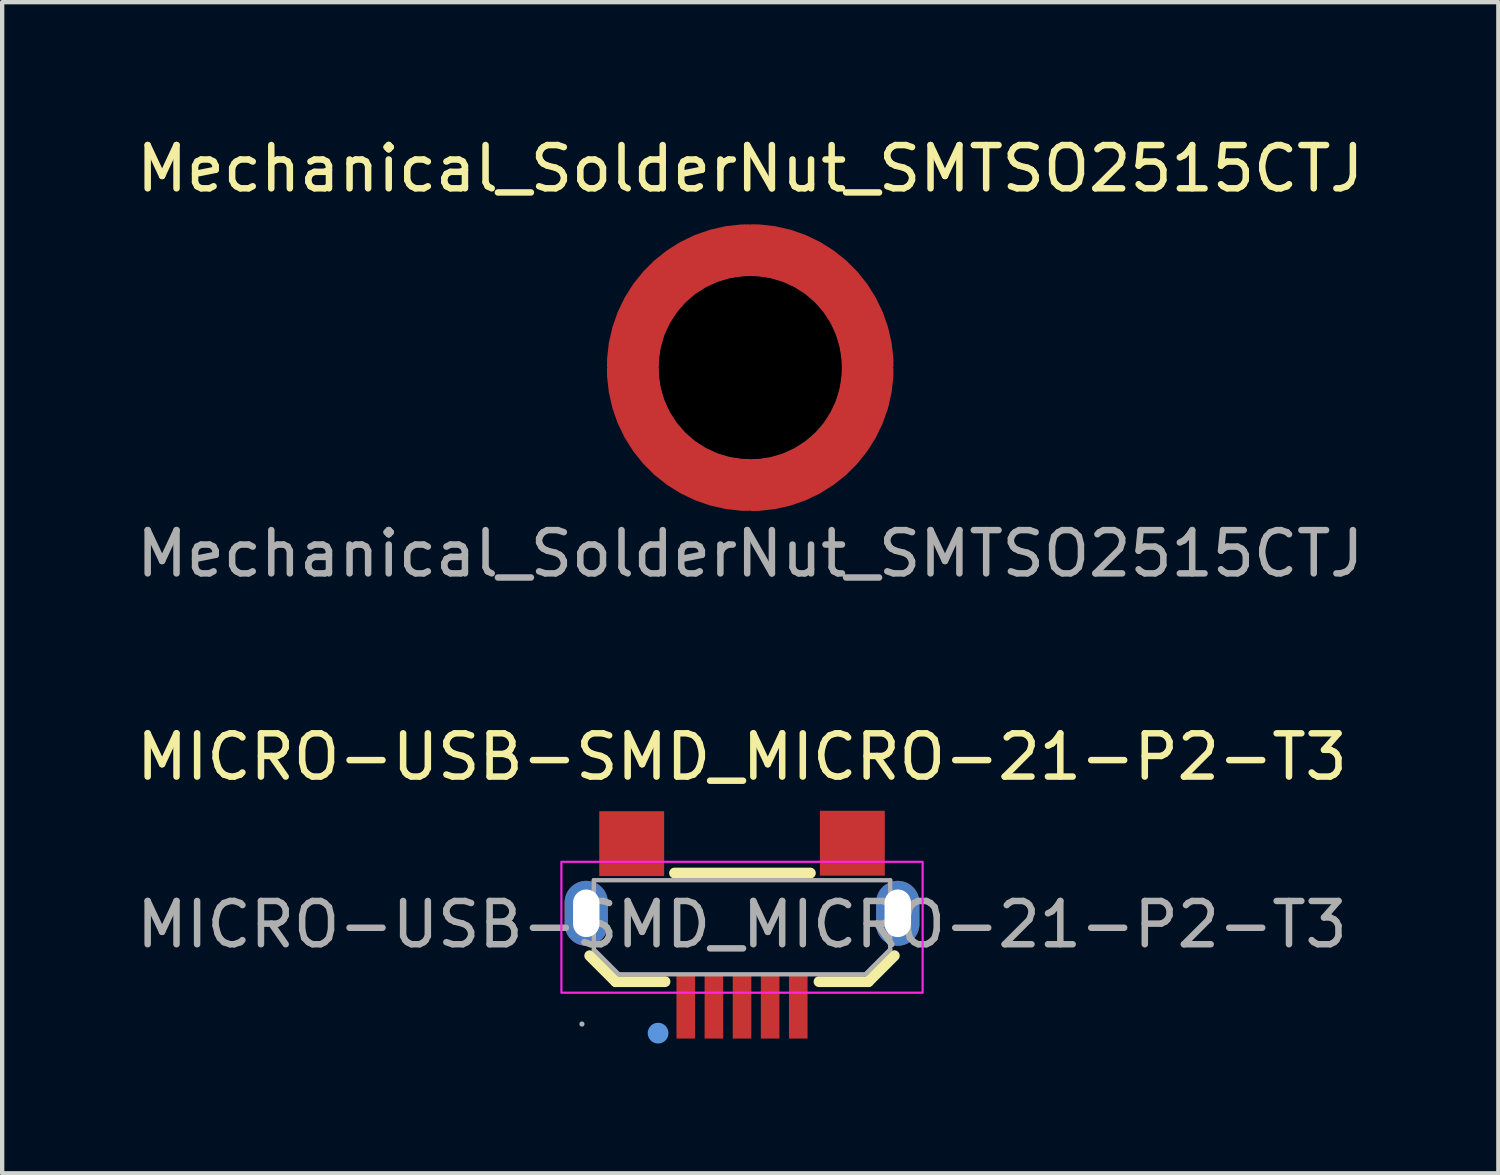
<source format=kicad_pcb>
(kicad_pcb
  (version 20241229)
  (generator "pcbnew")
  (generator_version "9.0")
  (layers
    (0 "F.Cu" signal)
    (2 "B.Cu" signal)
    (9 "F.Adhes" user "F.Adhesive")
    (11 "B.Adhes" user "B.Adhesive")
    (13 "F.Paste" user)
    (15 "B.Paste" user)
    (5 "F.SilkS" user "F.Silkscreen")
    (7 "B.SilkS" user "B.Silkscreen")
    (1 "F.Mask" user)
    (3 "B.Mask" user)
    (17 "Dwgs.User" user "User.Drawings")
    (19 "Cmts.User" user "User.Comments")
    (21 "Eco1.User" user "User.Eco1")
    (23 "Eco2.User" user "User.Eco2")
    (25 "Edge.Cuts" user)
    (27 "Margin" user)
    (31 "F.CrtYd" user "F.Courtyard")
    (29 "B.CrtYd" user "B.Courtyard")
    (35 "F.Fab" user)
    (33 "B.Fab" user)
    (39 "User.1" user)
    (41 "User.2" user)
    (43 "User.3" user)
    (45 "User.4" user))
  (footprint "MICRO-USB-SMD_MICRO-21-P2-T3"
    (layer "F.Cu")
    (at 14.101 18.32)
    (property "Reference" "MICRO-USB-SMD_MICRO-21-P2-T3" (at 0 -3.875 0) (layer "F.SilkS") (effects (font (size 1 1) (thickness 0.15))))
    (attr through_hole)
    (fp_line (start -3.52 0.72) (end -2.92 1.32) (stroke (width 0.25) (type solid)) (layer "F.SilkS"))
    (fp_line (start -2.92 1.32) (end -1.78 1.32) (stroke (width 0.25) (type solid)) (layer "F.SilkS"))
    (fp_line (start -1.56 -1.19) (end 1.58 -1.19) (stroke (width 0.25) (type solid)) (layer "F.SilkS"))
    (fp_line (start 1.78 1.32) (end 2.92 1.32) (stroke (width 0.25) (type solid)) (layer "F.SilkS"))
    (fp_line (start 2.92 1.32) (end 3.52 0.72) (stroke (width 0.25) (type solid)) (layer "F.SilkS"))
    (fp_circle (center -1.94 2.51) (end -1.82 2.51) (stroke (width 0.24) (type solid)) (fill no) (layer "Cmts.User"))
    (fp_rect (start -4.175 -1.45) (end 4.175 1.575) (stroke (width 0.05) (type default)) (fill no) (layer "F.CrtYd"))
    (fp_line (start -3.425 -1.025) (end -3.425 0.575) (stroke (width 0.1) (type default)) (layer "F.Fab"))
    (fp_line (start -3.425 -1.025) (end 3.425 -1.025) (stroke (width 0.1) (type default)) (layer "F.Fab"))
    (fp_line (start -3.425 0.575) (end -2.85 1.15) (stroke (width 0.1) (type default)) (layer "F.Fab"))
    (fp_line (start 2.85 1.15) (end -2.85 1.15) (stroke (width 0.1) (type default)) (layer "F.Fab"))
    (fp_line (start 3.425 -1.025) (end 3.425 0.575) (stroke (width 0.1) (type default)) (layer "F.Fab"))
    (fp_line (start 3.425 0.575) (end 2.85 1.15) (stroke (width 0.1) (type default)) (layer "F.Fab"))
    (fp_circle (center -3.7 2.3) (end -3.67 2.3) (stroke (width 0.06) (type solid)) (fill no) (layer "F.Fab"))
    (fp_text user "${REFERENCE}" (at 0 0 0) (layer "F.Fab") (effects (font (size 1 1) (thickness 0.15))))
    (pad "1" smd rect (at -1.3 1.88) (size 0.43 1.51) (layers "F.Cu" "F.Mask" "F.Paste"))
    (pad "2" smd rect (at -0.65 1.88) (size 0.43 1.51) (layers "F.Cu" "F.Mask" "F.Paste"))
    (pad "3" smd rect (at 0 1.88) (size 0.43 1.51) (layers "F.Cu" "F.Mask" "F.Paste"))
    (pad "4" smd rect (at 0.65 1.88) (size 0.43 1.51) (layers "F.Cu" "F.Mask" "F.Paste"))
    (pad "5" smd rect (at 1.3 1.88) (size 0.43 1.51) (layers "F.Cu" "F.Mask" "F.Paste"))
    (pad "6" thru_hole oval (at -3.6 -0.26) (size 1 1.5) (drill oval 0.61 1.1) (layers "*.Cu" "*.Mask"))
    (pad "6" smd rect (at -2.55 -1.87) (size 1.5 1.5) (layers "F.Cu" "F.Mask" "F.Paste"))
    (pad "6" smd rect (at 2.55 -1.88) (size 1.5 1.5) (layers "F.Cu" "F.Mask" "F.Paste"))
    (pad "6" thru_hole oval (at 3.6 -0.26) (size 1 1.5) (drill oval 0.61 1.1) (layers "*.Cu" "*.Mask")))
  (footprint "Mechanical_SolderNut_SMTSO2515CTJ"
    (layer "F.Cu")
    (at 14.292 5.448)
    (property "Reference" "Mechanical_SolderNut_SMTSO2515CTJ" (at 0 -4.6 0) (unlocked yes) (layer "F.SilkS") (effects (font (size 1 1) (thickness 0.15))))
    (attr through_hole)
    (fp_text user "${REFERENCE}" (at 0 4.3 0) (unlocked yes) (layer "F.Fab") (effects (font (size 1 1) (thickness 0.15))))
    (pad "" np_thru_hole circle (at 0 0) (size 4.25 4.25) (drill 4.22) (layers "*.Mask"))
    (pad "1" smd custom (at -2.7 -0.025) (size 1 1) (layers "F.Cu" "F.Mask") (options (anchor circle)) (primitives (gr_poly (pts (xy 2.674 3.297) (xy 2.492 3.295) (xy 2.13 3.254) (xy 1.774 3.173) (xy 1.43 3.052) (xy 1.101 2.894) (xy 0.792 2.7) (xy 0.507 2.473) (xy 0.249 2.215) (xy 0.022 1.93) (xy -0.172 1.621) (xy -0.331 1.292) (xy -0.451 0.948) (xy -0.532 0.592) (xy -0.573 0.23) (xy -0.576 0.047) (xy 0.549 0.047) (xy 0.552 0.199) (xy 0.595 0.5) (xy 0.681 0.791) (xy 0.807 1.067) (xy 0.971 1.322) (xy 1.17 1.552) (xy 1.399 1.751) (xy 1.655 1.915) (xy 1.931 2.041) (xy 2.222 2.126) (xy 2.523 2.17) (xy 2.674 2.172)) (width 0.075) (fill yes)) (gr_poly (pts (xy 5.972 0.051) (xy 5.97 0.233) (xy 5.929 0.595) (xy 5.848 0.951) (xy 5.727 1.295) (xy 5.569 1.624) (xy 5.375 1.933) (xy 5.148 2.218) (xy 4.89 2.476) (xy 4.605 2.703) (xy 4.296 2.897) (xy 3.967 3.056) (xy 3.623 3.176) (xy 3.267 3.257) (xy 2.905 3.298) (xy 2.722 3.301) (xy 2.722 2.176) (xy 2.874 2.173) (xy 3.175 2.13) (xy 3.466 2.044) (xy 3.742 1.918) (xy 3.998 1.754) (xy 4.227 1.555) (xy 4.426 1.326) (xy 4.59 1.07) (xy 4.716 0.794) (xy 4.802 0.503) (xy 4.845 0.202) (xy 4.847 0.051)) (width 0.075) (fill yes)) (gr_poly (pts (xy -0.575 0) (xy -0.572 -0.182) (xy -0.532 -0.545) (xy -0.45 -0.9) (xy -0.33 -1.245) (xy -0.172 -1.573) (xy 0.022 -1.882) (xy 0.25 -2.167) (xy 0.508 -2.425) (xy 0.793 -2.653) (xy 1.102 -2.847) (xy 1.43 -3.005) (xy 1.775 -3.125) (xy 2.13 -3.207) (xy 2.493 -3.247) (xy 2.675 -3.25) (xy 2.675 -2.125) (xy 2.523 -2.122) (xy 2.223 -2.079) (xy 1.931 -1.994) (xy 1.655 -1.867) (xy 1.4 -1.703) (xy 1.17 -1.505) (xy 0.972 -1.275) (xy 0.808 -1.02) (xy 0.681 -0.744) (xy 0.596 -0.452) (xy 0.553 -0.152) (xy 0.55 0)) (width 0.075) (fill yes)) (gr_poly (pts (xy 2.722 -3.251) (xy 2.905 -3.248) (xy 3.267 -3.207) (xy 3.623 -3.126) (xy 3.967 -3.006) (xy 4.296 -2.847) (xy 4.605 -2.653) (xy 4.89 -2.426) (xy 5.148 -2.168) (xy 5.375 -1.883) (xy 5.569 -1.574) (xy 5.727 -1.245) (xy 5.848 -0.901) (xy 5.929 -0.545) (xy 5.97 -0.183) (xy 5.972 -0.001) (xy 4.847 -0.001) (xy 4.845 -0.152) (xy 4.801 -0.453) (xy 4.716 -0.744) (xy 4.59 -1.02) (xy 4.426 -1.276) (xy 4.227 -1.505) (xy 3.997 -1.704) (xy 3.742 -1.868) (xy 3.466 -1.994) (xy 3.175 -2.08) (xy 2.874 -2.123) (xy 2.722 -2.126)) (width 0.075) (fill yes))))
    (pad "1" smd custom (at -1.75 -1.75) (size 0.1 0.1) (layers "F.Cu" "F.Mask" "F.Paste") (options (anchor circle)) (primitives (gr_poly (pts (xy -1.4 1.25) (xy -1.369 1.07) (xy -1.271 0.72) (xy -1.134 0.382) (xy -0.96 0.062) (xy -0.75 -0.236) (xy -0.507 -0.507) (xy -0.236 -0.75) (xy 0.062 -0.96) (xy 0.382 -1.134) (xy 0.72 -1.271) (xy 1.07 -1.369) (xy 1.25 -1.4) (xy 1.25 -0.4) (xy 1.101 -0.362) (xy 0.815 -0.25) (xy 0.547 -0.1) (xy 0.302 0.085) (xy 0.085 0.302) (xy -0.1 0.547) (xy -0.25 0.815) (xy -0.362 1.101) (xy -0.4 1.25)) (width 0.05) (fill yes))))
    (pad "1" smd custom (at -1.75 1.75 90) (size 0.1 0.1) (layers "F.Cu" "F.Mask" "F.Paste") (options (anchor circle)) (primitives (gr_poly (pts (xy -1.4 1.25) (xy -1.369 1.07) (xy -1.271 0.72) (xy -1.134 0.382) (xy -0.96 0.062) (xy -0.75 -0.236) (xy -0.507 -0.507) (xy -0.236 -0.75) (xy 0.062 -0.96) (xy 0.382 -1.134) (xy 0.72 -1.271) (xy 1.07 -1.369) (xy 1.25 -1.4) (xy 1.25 -0.4) (xy 1.101 -0.362) (xy 0.815 -0.25) (xy 0.547 -0.1) (xy 0.302 0.085) (xy 0.085 0.302) (xy -0.1 0.547) (xy -0.25 0.815) (xy -0.362 1.101) (xy -0.4 1.25)) (width 0.05) (fill yes))))
    (pad "1" smd custom (at 1.75 -1.75) (size 0.1 0.1) (layers "F.Cu" "F.Mask" "F.Paste") (options (anchor circle)) (primitives (gr_poly (pts (xy 1.4 1.25) (xy 1.369 1.07) (xy 1.271 0.72) (xy 1.134 0.382) (xy 0.96 0.062) (xy 0.75 -0.236) (xy 0.507 -0.507) (xy 0.236 -0.75) (xy -0.062 -0.96) (xy -0.382 -1.134) (xy -0.72 -1.271) (xy -1.07 -1.369) (xy -1.25 -1.4) (xy -1.25 -0.4) (xy -1.101 -0.362) (xy -0.815 -0.25) (xy -0.547 -0.1) (xy -0.302 0.085) (xy -0.085 0.302) (xy 0.1 0.547) (xy 0.25 0.815) (xy 0.362 1.101) (xy 0.4 1.25)) (width 0.05) (fill yes))))
    (pad "1" smd custom (at 1.75 1.75 180) (size 0.1 0.1) (layers "F.Cu" "F.Mask" "F.Paste") (options (anchor circle)) (primitives (gr_poly (pts (xy -1.4 1.25) (xy -1.369 1.07) (xy -1.271 0.72) (xy -1.134 0.382) (xy -0.96 0.062) (xy -0.75 -0.236) (xy -0.507 -0.507) (xy -0.236 -0.75) (xy 0.062 -0.96) (xy 0.382 -1.134) (xy 0.72 -1.271) (xy 1.07 -1.369) (xy 1.25 -1.4) (xy 1.25 -0.4) (xy 1.101 -0.362) (xy 0.815 -0.25) (xy 0.547 -0.1) (xy 0.302 0.085) (xy 0.085 0.302) (xy -0.1 0.547) (xy -0.25 0.815) (xy -0.362 1.101) (xy -0.4 1.25)) (width 0.05) (fill yes)))))
  (gr_rect
    (start -3 -3)
    (end 31.583 24.07)
    (stroke (width 0.1) (type default))
    (fill no)
    (layer "Edge.Cuts")))
</source>
